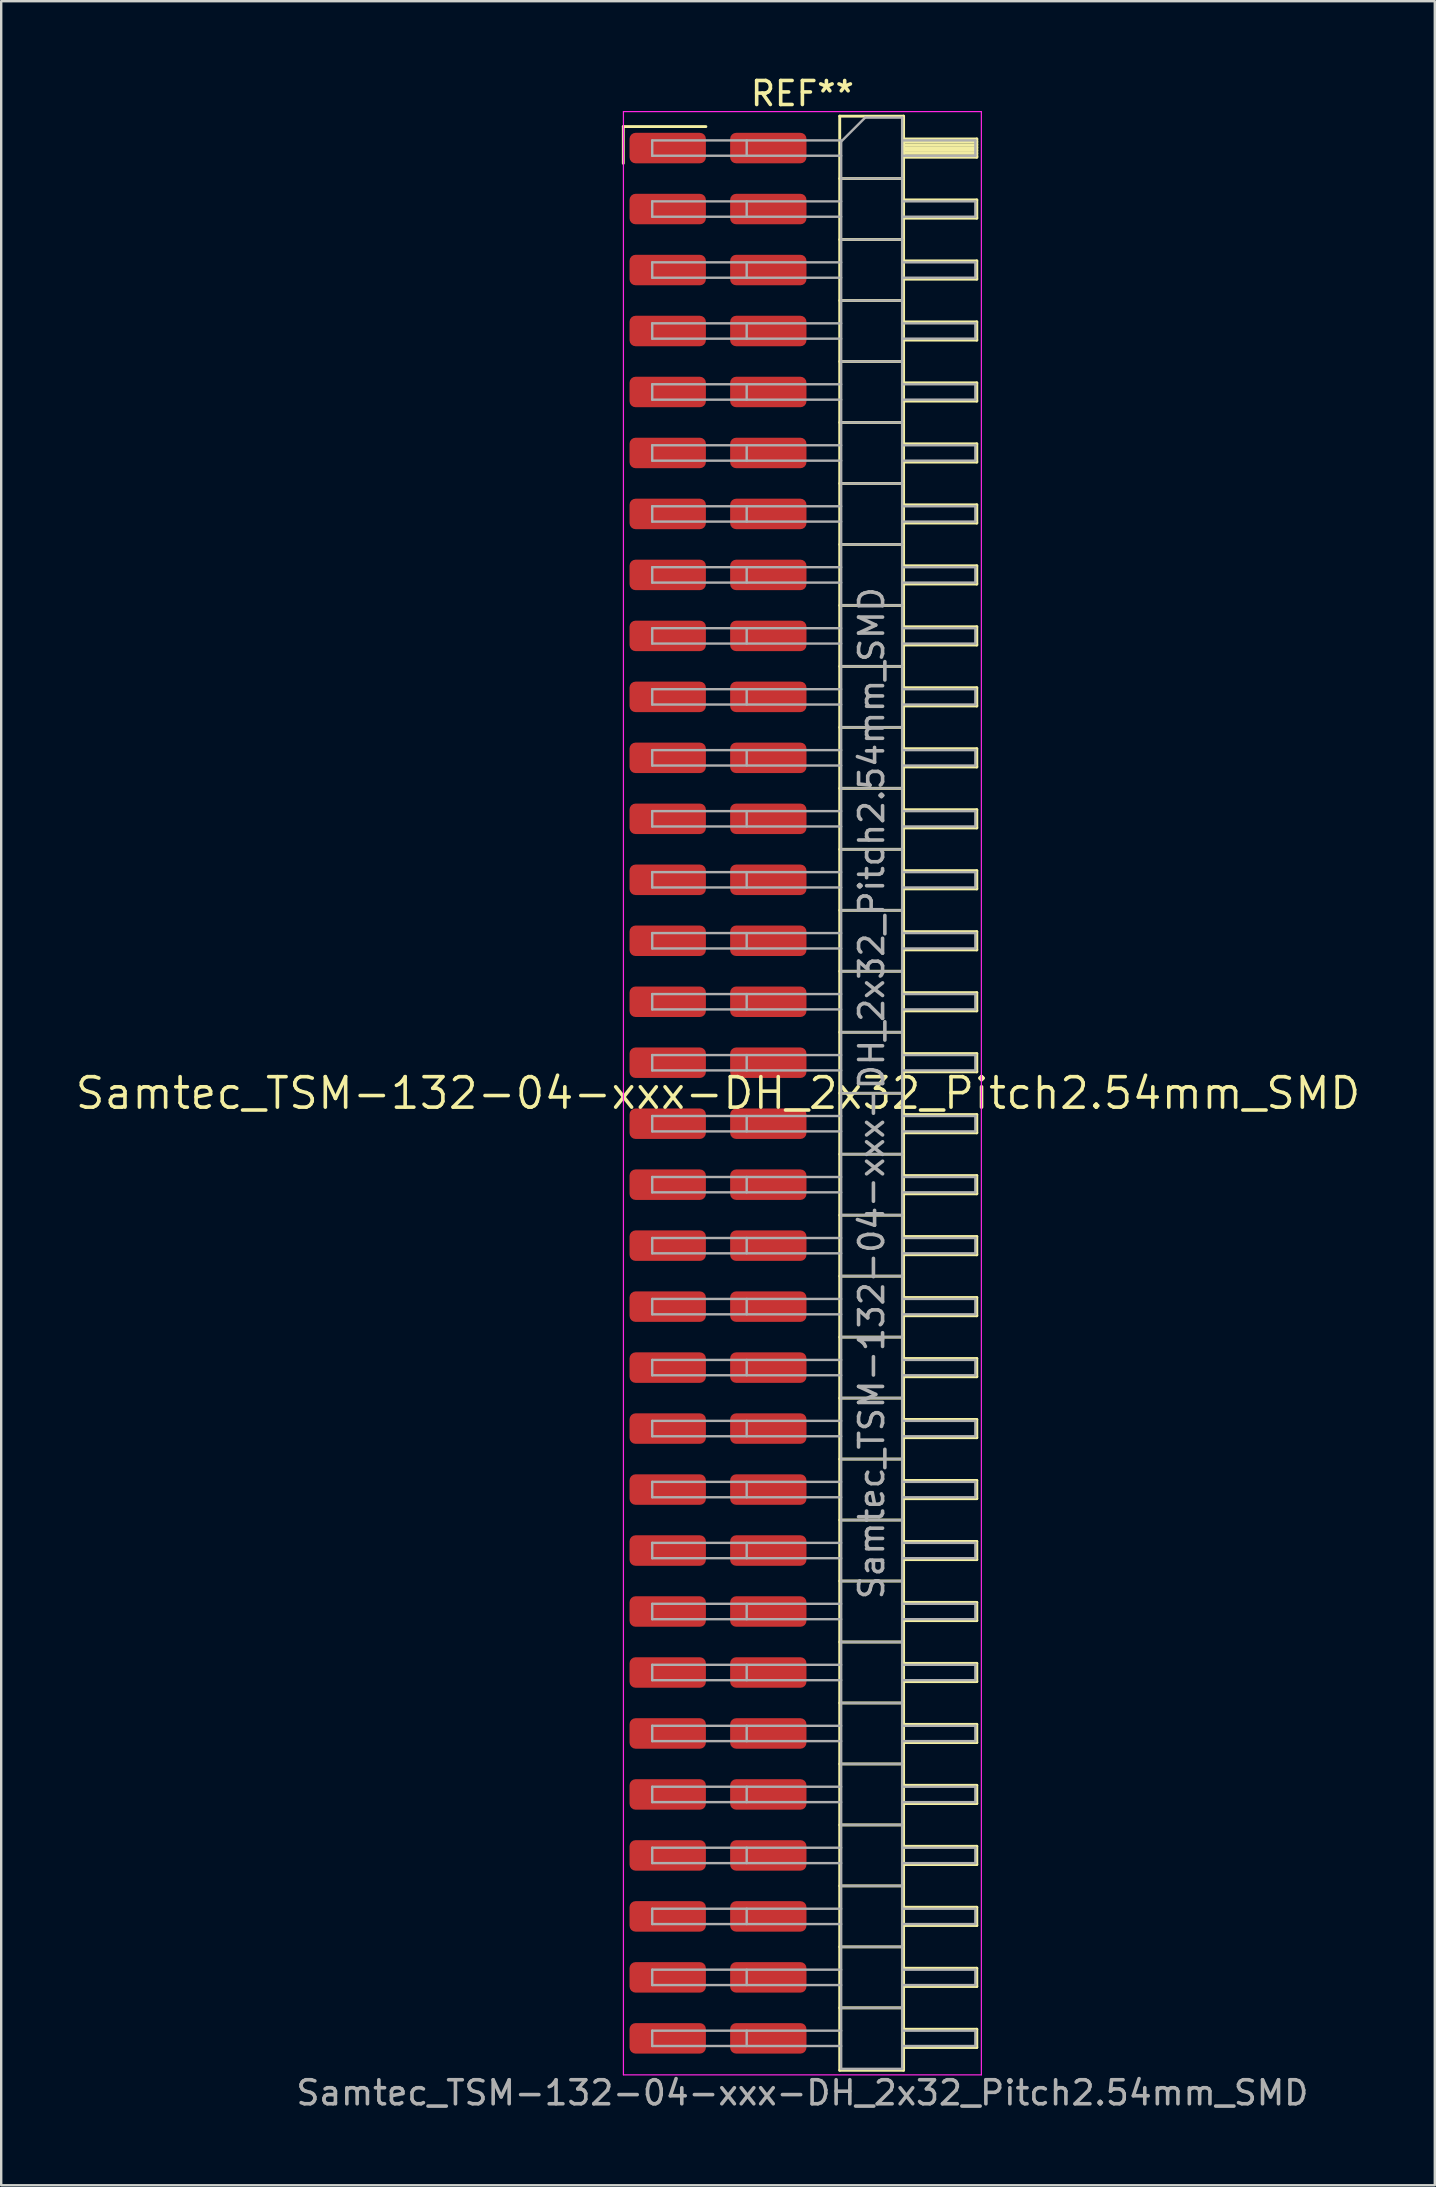
<source format=kicad_pcb>
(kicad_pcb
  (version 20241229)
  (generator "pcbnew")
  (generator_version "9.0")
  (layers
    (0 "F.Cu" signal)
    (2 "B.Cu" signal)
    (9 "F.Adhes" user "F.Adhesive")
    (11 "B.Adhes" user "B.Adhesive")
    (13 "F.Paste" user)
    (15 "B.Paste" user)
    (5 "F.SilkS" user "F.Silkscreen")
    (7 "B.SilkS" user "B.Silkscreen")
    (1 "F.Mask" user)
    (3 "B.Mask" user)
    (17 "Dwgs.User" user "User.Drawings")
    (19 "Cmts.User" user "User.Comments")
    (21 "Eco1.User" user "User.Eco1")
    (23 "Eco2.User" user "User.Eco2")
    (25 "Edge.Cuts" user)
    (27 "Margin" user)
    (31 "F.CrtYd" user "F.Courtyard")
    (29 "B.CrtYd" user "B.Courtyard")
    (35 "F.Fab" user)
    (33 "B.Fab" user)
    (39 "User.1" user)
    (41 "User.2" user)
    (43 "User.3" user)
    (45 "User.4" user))
  (footprint "Samtec_TSM-132-04-xxx-DH_2x32_Pitch2.54mm_SMD"
    (layer "F.Cu")
    (at 26.859 42.488)
    (property "Reference" "Samtec_TSM-132-04-xxx-DH_2x32_Pitch2.54mm_SMD" (at 0 0 0) (layer "F.SilkS") (effects (font (size 1.27 1.27) (thickness 0.15))))
    (attr smd)
    (fp_line (start -3.945 -40.265) (end -0.505 -40.265) (stroke (width 0.12) (type solid)) (layer "F.SilkS"))
    (fp_line (start -3.945 -38.735) (end -3.945 -40.265) (stroke (width 0.12) (type solid)) (layer "F.SilkS"))
    (fp_line (start 5.07 -40.7) (end 7.73 -40.7) (stroke (width 0.12) (type solid)) (layer "F.SilkS"))
    (fp_line (start 5.07 -38.1) (end 7.73 -38.1) (stroke (width 0.12) (type solid)) (layer "F.SilkS"))
    (fp_line (start 5.07 -35.56) (end 7.73 -35.56) (stroke (width 0.12) (type solid)) (layer "F.SilkS"))
    (fp_line (start 5.07 -33.02) (end 7.73 -33.02) (stroke (width 0.12) (type solid)) (layer "F.SilkS"))
    (fp_line (start 5.07 -30.48) (end 7.73 -30.48) (stroke (width 0.12) (type solid)) (layer "F.SilkS"))
    (fp_line (start 5.07 -27.94) (end 7.73 -27.94) (stroke (width 0.12) (type solid)) (layer "F.SilkS"))
    (fp_line (start 5.07 -25.4) (end 7.73 -25.4) (stroke (width 0.12) (type solid)) (layer "F.SilkS"))
    (fp_line (start 5.07 -22.86) (end 7.73 -22.86) (stroke (width 0.12) (type solid)) (layer "F.SilkS"))
    (fp_line (start 5.07 -20.32) (end 7.73 -20.32) (stroke (width 0.12) (type solid)) (layer "F.SilkS"))
    (fp_line (start 5.07 -17.78) (end 7.73 -17.78) (stroke (width 0.12) (type solid)) (layer "F.SilkS"))
    (fp_line (start 5.07 -15.24) (end 7.73 -15.24) (stroke (width 0.12) (type solid)) (layer "F.SilkS"))
    (fp_line (start 5.07 -12.7) (end 7.73 -12.7) (stroke (width 0.12) (type solid)) (layer "F.SilkS"))
    (fp_line (start 5.07 -10.16) (end 7.73 -10.16) (stroke (width 0.12) (type solid)) (layer "F.SilkS"))
    (fp_line (start 5.07 -7.62) (end 7.73 -7.62) (stroke (width 0.12) (type solid)) (layer "F.SilkS"))
    (fp_line (start 5.07 -5.08) (end 7.73 -5.08) (stroke (width 0.12) (type solid)) (layer "F.SilkS"))
    (fp_line (start 5.07 -2.54) (end 7.73 -2.54) (stroke (width 0.12) (type solid)) (layer "F.SilkS"))
    (fp_line (start 5.07 0) (end 7.73 0) (stroke (width 0.12) (type solid)) (layer "F.SilkS"))
    (fp_line (start 5.07 2.54) (end 7.73 2.54) (stroke (width 0.12) (type solid)) (layer "F.SilkS"))
    (fp_line (start 5.07 5.08) (end 7.73 5.08) (stroke (width 0.12) (type solid)) (layer "F.SilkS"))
    (fp_line (start 5.07 7.62) (end 7.73 7.62) (stroke (width 0.12) (type solid)) (layer "F.SilkS"))
    (fp_line (start 5.07 10.16) (end 7.73 10.16) (stroke (width 0.12) (type solid)) (layer "F.SilkS"))
    (fp_line (start 5.07 12.7) (end 7.73 12.7) (stroke (width 0.12) (type solid)) (layer "F.SilkS"))
    (fp_line (start 5.07 15.24) (end 7.73 15.24) (stroke (width 0.12) (type solid)) (layer "F.SilkS"))
    (fp_line (start 5.07 17.78) (end 7.73 17.78) (stroke (width 0.12) (type solid)) (layer "F.SilkS"))
    (fp_line (start 5.07 20.32) (end 7.73 20.32) (stroke (width 0.12) (type solid)) (layer "F.SilkS"))
    (fp_line (start 5.07 22.86) (end 7.73 22.86) (stroke (width 0.12) (type solid)) (layer "F.SilkS"))
    (fp_line (start 5.07 25.4) (end 7.73 25.4) (stroke (width 0.12) (type solid)) (layer "F.SilkS"))
    (fp_line (start 5.07 27.94) (end 7.73 27.94) (stroke (width 0.12) (type solid)) (layer "F.SilkS"))
    (fp_line (start 5.07 30.48) (end 7.73 30.48) (stroke (width 0.12) (type solid)) (layer "F.SilkS"))
    (fp_line (start 5.07 33.02) (end 7.73 33.02) (stroke (width 0.12) (type solid)) (layer "F.SilkS"))
    (fp_line (start 5.07 35.56) (end 7.73 35.56) (stroke (width 0.12) (type solid)) (layer "F.SilkS"))
    (fp_line (start 5.07 38.1) (end 7.73 38.1) (stroke (width 0.12) (type solid)) (layer "F.SilkS"))
    (fp_line (start 5.07 40.7) (end 5.07 -40.7) (stroke (width 0.12) (type solid)) (layer "F.SilkS"))
    (fp_line (start 7.73 -40.7) (end 7.73 40.7) (stroke (width 0.12) (type solid)) (layer "F.SilkS"))
    (fp_line (start 7.73 -39.75) (end 10.78 -39.75) (stroke (width 0.12) (type solid)) (layer "F.SilkS"))
    (fp_line (start 7.73 -39.63) (end 10.78 -39.63) (stroke (width 0.12) (type solid)) (layer "F.SilkS"))
    (fp_line (start 7.73 -39.51) (end 10.78 -39.51) (stroke (width 0.12) (type solid)) (layer "F.SilkS"))
    (fp_line (start 7.73 -39.39) (end 10.78 -39.39) (stroke (width 0.12) (type solid)) (layer "F.SilkS"))
    (fp_line (start 7.73 -39.27) (end 10.78 -39.27) (stroke (width 0.12) (type solid)) (layer "F.SilkS"))
    (fp_line (start 7.73 -39.15) (end 10.78 -39.15) (stroke (width 0.12) (type solid)) (layer "F.SilkS"))
    (fp_line (start 7.73 -39.03) (end 10.78 -39.03) (stroke (width 0.12) (type solid)) (layer "F.SilkS"))
    (fp_line (start 7.73 -38.99) (end 10.78 -38.99) (stroke (width 0.12) (type solid)) (layer "F.SilkS"))
    (fp_line (start 7.73 -37.21) (end 10.78 -37.21) (stroke (width 0.12) (type solid)) (layer "F.SilkS"))
    (fp_line (start 7.73 -36.45) (end 10.78 -36.45) (stroke (width 0.12) (type solid)) (layer "F.SilkS"))
    (fp_line (start 7.73 -34.67) (end 10.78 -34.67) (stroke (width 0.12) (type solid)) (layer "F.SilkS"))
    (fp_line (start 7.73 -33.91) (end 10.78 -33.91) (stroke (width 0.12) (type solid)) (layer "F.SilkS"))
    (fp_line (start 7.73 -32.13) (end 10.78 -32.13) (stroke (width 0.12) (type solid)) (layer "F.SilkS"))
    (fp_line (start 7.73 -31.37) (end 10.78 -31.37) (stroke (width 0.12) (type solid)) (layer "F.SilkS"))
    (fp_line (start 7.73 -29.59) (end 10.78 -29.59) (stroke (width 0.12) (type solid)) (layer "F.SilkS"))
    (fp_line (start 7.73 -28.83) (end 10.78 -28.83) (stroke (width 0.12) (type solid)) (layer "F.SilkS"))
    (fp_line (start 7.73 -27.05) (end 10.78 -27.05) (stroke (width 0.12) (type solid)) (layer "F.SilkS"))
    (fp_line (start 7.73 -26.29) (end 10.78 -26.29) (stroke (width 0.12) (type solid)) (layer "F.SilkS"))
    (fp_line (start 7.73 -24.51) (end 10.78 -24.51) (stroke (width 0.12) (type solid)) (layer "F.SilkS"))
    (fp_line (start 7.73 -23.75) (end 10.78 -23.75) (stroke (width 0.12) (type solid)) (layer "F.SilkS"))
    (fp_line (start 7.73 -21.97) (end 10.78 -21.97) (stroke (width 0.12) (type solid)) (layer "F.SilkS"))
    (fp_line (start 7.73 -21.21) (end 10.78 -21.21) (stroke (width 0.12) (type solid)) (layer "F.SilkS"))
    (fp_line (start 7.73 -19.43) (end 10.78 -19.43) (stroke (width 0.12) (type solid)) (layer "F.SilkS"))
    (fp_line (start 7.73 -18.67) (end 10.78 -18.67) (stroke (width 0.12) (type solid)) (layer "F.SilkS"))
    (fp_line (start 7.73 -16.89) (end 10.78 -16.89) (stroke (width 0.12) (type solid)) (layer "F.SilkS"))
    (fp_line (start 7.73 -16.13) (end 10.78 -16.13) (stroke (width 0.12) (type solid)) (layer "F.SilkS"))
    (fp_line (start 7.73 -14.35) (end 10.78 -14.35) (stroke (width 0.12) (type solid)) (layer "F.SilkS"))
    (fp_line (start 7.73 -13.59) (end 10.78 -13.59) (stroke (width 0.12) (type solid)) (layer "F.SilkS"))
    (fp_line (start 7.73 -11.81) (end 10.78 -11.81) (stroke (width 0.12) (type solid)) (layer "F.SilkS"))
    (fp_line (start 7.73 -11.05) (end 10.78 -11.05) (stroke (width 0.12) (type solid)) (layer "F.SilkS"))
    (fp_line (start 7.73 -9.27) (end 10.78 -9.27) (stroke (width 0.12) (type solid)) (layer "F.SilkS"))
    (fp_line (start 7.73 -8.51) (end 10.78 -8.51) (stroke (width 0.12) (type solid)) (layer "F.SilkS"))
    (fp_line (start 7.73 -6.73) (end 10.78 -6.73) (stroke (width 0.12) (type solid)) (layer "F.SilkS"))
    (fp_line (start 7.73 -5.97) (end 10.78 -5.97) (stroke (width 0.12) (type solid)) (layer "F.SilkS"))
    (fp_line (start 7.73 -4.19) (end 10.78 -4.19) (stroke (width 0.12) (type solid)) (layer "F.SilkS"))
    (fp_line (start 7.73 -3.43) (end 10.78 -3.43) (stroke (width 0.12) (type solid)) (layer "F.SilkS"))
    (fp_line (start 7.73 -1.65) (end 10.78 -1.65) (stroke (width 0.12) (type solid)) (layer "F.SilkS"))
    (fp_line (start 7.73 -0.89) (end 10.78 -0.89) (stroke (width 0.12) (type solid)) (layer "F.SilkS"))
    (fp_line (start 7.73 0.89) (end 10.78 0.89) (stroke (width 0.12) (type solid)) (layer "F.SilkS"))
    (fp_line (start 7.73 1.65) (end 10.78 1.65) (stroke (width 0.12) (type solid)) (layer "F.SilkS"))
    (fp_line (start 7.73 3.43) (end 10.78 3.43) (stroke (width 0.12) (type solid)) (layer "F.SilkS"))
    (fp_line (start 7.73 4.19) (end 10.78 4.19) (stroke (width 0.12) (type solid)) (layer "F.SilkS"))
    (fp_line (start 7.73 5.97) (end 10.78 5.97) (stroke (width 0.12) (type solid)) (layer "F.SilkS"))
    (fp_line (start 7.73 6.73) (end 10.78 6.73) (stroke (width 0.12) (type solid)) (layer "F.SilkS"))
    (fp_line (start 7.73 8.51) (end 10.78 8.51) (stroke (width 0.12) (type solid)) (layer "F.SilkS"))
    (fp_line (start 7.73 9.27) (end 10.78 9.27) (stroke (width 0.12) (type solid)) (layer "F.SilkS"))
    (fp_line (start 7.73 11.05) (end 10.78 11.05) (stroke (width 0.12) (type solid)) (layer "F.SilkS"))
    (fp_line (start 7.73 11.81) (end 10.78 11.81) (stroke (width 0.12) (type solid)) (layer "F.SilkS"))
    (fp_line (start 7.73 13.59) (end 10.78 13.59) (stroke (width 0.12) (type solid)) (layer "F.SilkS"))
    (fp_line (start 7.73 14.35) (end 10.78 14.35) (stroke (width 0.12) (type solid)) (layer "F.SilkS"))
    (fp_line (start 7.73 16.13) (end 10.78 16.13) (stroke (width 0.12) (type solid)) (layer "F.SilkS"))
    (fp_line (start 7.73 16.89) (end 10.78 16.89) (stroke (width 0.12) (type solid)) (layer "F.SilkS"))
    (fp_line (start 7.73 18.67) (end 10.78 18.67) (stroke (width 0.12) (type solid)) (layer "F.SilkS"))
    (fp_line (start 7.73 19.43) (end 10.78 19.43) (stroke (width 0.12) (type solid)) (layer "F.SilkS"))
    (fp_line (start 7.73 21.21) (end 10.78 21.21) (stroke (width 0.12) (type solid)) (layer "F.SilkS"))
    (fp_line (start 7.73 21.97) (end 10.78 21.97) (stroke (width 0.12) (type solid)) (layer "F.SilkS"))
    (fp_line (start 7.73 23.75) (end 10.78 23.75) (stroke (width 0.12) (type solid)) (layer "F.SilkS"))
    (fp_line (start 7.73 24.51) (end 10.78 24.51) (stroke (width 0.12) (type solid)) (layer "F.SilkS"))
    (fp_line (start 7.73 26.29) (end 10.78 26.29) (stroke (width 0.12) (type solid)) (layer "F.SilkS"))
    (fp_line (start 7.73 27.05) (end 10.78 27.05) (stroke (width 0.12) (type solid)) (layer "F.SilkS"))
    (fp_line (start 7.73 28.83) (end 10.78 28.83) (stroke (width 0.12) (type solid)) (layer "F.SilkS"))
    (fp_line (start 7.73 29.59) (end 10.78 29.59) (stroke (width 0.12) (type solid)) (layer "F.SilkS"))
    (fp_line (start 7.73 31.37) (end 10.78 31.37) (stroke (width 0.12) (type solid)) (layer "F.SilkS"))
    (fp_line (start 7.73 32.13) (end 10.78 32.13) (stroke (width 0.12) (type solid)) (layer "F.SilkS"))
    (fp_line (start 7.73 33.91) (end 10.78 33.91) (stroke (width 0.12) (type solid)) (layer "F.SilkS"))
    (fp_line (start 7.73 34.67) (end 10.78 34.67) (stroke (width 0.12) (type solid)) (layer "F.SilkS"))
    (fp_line (start 7.73 36.45) (end 10.78 36.45) (stroke (width 0.12) (type solid)) (layer "F.SilkS"))
    (fp_line (start 7.73 37.21) (end 10.78 37.21) (stroke (width 0.12) (type solid)) (layer "F.SilkS"))
    (fp_line (start 7.73 38.99) (end 10.78 38.99) (stroke (width 0.12) (type solid)) (layer "F.SilkS"))
    (fp_line (start 7.73 39.75) (end 10.78 39.75) (stroke (width 0.12) (type solid)) (layer "F.SilkS"))
    (fp_line (start 7.73 40.7) (end 5.07 40.7) (stroke (width 0.12) (type solid)) (layer "F.SilkS"))
    (fp_line (start 10.78 -39.75) (end 10.78 -38.99) (stroke (width 0.12) (type solid)) (layer "F.SilkS"))
    (fp_line (start 10.78 -37.21) (end 10.78 -36.45) (stroke (width 0.12) (type solid)) (layer "F.SilkS"))
    (fp_line (start 10.78 -34.67) (end 10.78 -33.91) (stroke (width 0.12) (type solid)) (layer "F.SilkS"))
    (fp_line (start 10.78 -32.13) (end 10.78 -31.37) (stroke (width 0.12) (type solid)) (layer "F.SilkS"))
    (fp_line (start 10.78 -29.59) (end 10.78 -28.83) (stroke (width 0.12) (type solid)) (layer "F.SilkS"))
    (fp_line (start 10.78 -27.05) (end 10.78 -26.29) (stroke (width 0.12) (type solid)) (layer "F.SilkS"))
    (fp_line (start 10.78 -24.51) (end 10.78 -23.75) (stroke (width 0.12) (type solid)) (layer "F.SilkS"))
    (fp_line (start 10.78 -21.97) (end 10.78 -21.21) (stroke (width 0.12) (type solid)) (layer "F.SilkS"))
    (fp_line (start 10.78 -19.43) (end 10.78 -18.67) (stroke (width 0.12) (type solid)) (layer "F.SilkS"))
    (fp_line (start 10.78 -16.89) (end 10.78 -16.13) (stroke (width 0.12) (type solid)) (layer "F.SilkS"))
    (fp_line (start 10.78 -14.35) (end 10.78 -13.59) (stroke (width 0.12) (type solid)) (layer "F.SilkS"))
    (fp_line (start 10.78 -11.81) (end 10.78 -11.05) (stroke (width 0.12) (type solid)) (layer "F.SilkS"))
    (fp_line (start 10.78 -9.27) (end 10.78 -8.51) (stroke (width 0.12) (type solid)) (layer "F.SilkS"))
    (fp_line (start 10.78 -6.73) (end 10.78 -5.97) (stroke (width 0.12) (type solid)) (layer "F.SilkS"))
    (fp_line (start 10.78 -4.19) (end 10.78 -3.43) (stroke (width 0.12) (type solid)) (layer "F.SilkS"))
    (fp_line (start 10.78 -1.65) (end 10.78 -0.89) (stroke (width 0.12) (type solid)) (layer "F.SilkS"))
    (fp_line (start 10.78 0.89) (end 10.78 1.65) (stroke (width 0.12) (type solid)) (layer "F.SilkS"))
    (fp_line (start 10.78 3.43) (end 10.78 4.19) (stroke (width 0.12) (type solid)) (layer "F.SilkS"))
    (fp_line (start 10.78 5.97) (end 10.78 6.73) (stroke (width 0.12) (type solid)) (layer "F.SilkS"))
    (fp_line (start 10.78 8.51) (end 10.78 9.27) (stroke (width 0.12) (type solid)) (layer "F.SilkS"))
    (fp_line (start 10.78 11.05) (end 10.78 11.81) (stroke (width 0.12) (type solid)) (layer "F.SilkS"))
    (fp_line (start 10.78 13.59) (end 10.78 14.35) (stroke (width 0.12) (type solid)) (layer "F.SilkS"))
    (fp_line (start 10.78 16.13) (end 10.78 16.89) (stroke (width 0.12) (type solid)) (layer "F.SilkS"))
    (fp_line (start 10.78 18.67) (end 10.78 19.43) (stroke (width 0.12) (type solid)) (layer "F.SilkS"))
    (fp_line (start 10.78 21.21) (end 10.78 21.97) (stroke (width 0.12) (type solid)) (layer "F.SilkS"))
    (fp_line (start 10.78 23.75) (end 10.78 24.51) (stroke (width 0.12) (type solid)) (layer "F.SilkS"))
    (fp_line (start 10.78 26.29) (end 10.78 27.05) (stroke (width 0.12) (type solid)) (layer "F.SilkS"))
    (fp_line (start 10.78 28.83) (end 10.78 29.59) (stroke (width 0.12) (type solid)) (layer "F.SilkS"))
    (fp_line (start 10.78 31.37) (end 10.78 32.13) (stroke (width 0.12) (type solid)) (layer "F.SilkS"))
    (fp_line (start 10.78 33.91) (end 10.78 34.67) (stroke (width 0.12) (type solid)) (layer "F.SilkS"))
    (fp_line (start 10.78 36.45) (end 10.78 37.21) (stroke (width 0.12) (type solid)) (layer "F.SilkS"))
    (fp_line (start 10.78 38.99) (end 10.78 39.75) (stroke (width 0.12) (type solid)) (layer "F.SilkS"))
    (fp_line (start -3.94 -40.89) (end 10.97 -40.89) (stroke (width 0.05) (type solid)) (layer "F.CrtYd"))
    (fp_line (start -3.94 40.89) (end -3.94 -40.89) (stroke (width 0.05) (type solid)) (layer "F.CrtYd"))
    (fp_line (start 10.97 -40.89) (end 10.97 40.89) (stroke (width 0.05) (type solid)) (layer "F.CrtYd"))
    (fp_line (start 10.97 40.89) (end -3.94 40.89) (stroke (width 0.05) (type solid)) (layer "F.CrtYd"))
    (fp_line (start -2.74 -39.69) (end -2.74 -39.05) (stroke (width 0.1) (type solid)) (layer "F.Fab"))
    (fp_line (start -2.74 -39.69) (end 5.13 -39.69) (stroke (width 0.1) (type solid)) (layer "F.Fab"))
    (fp_line (start -2.74 -39.05) (end 5.13 -39.05) (stroke (width 0.1) (type solid)) (layer "F.Fab"))
    (fp_line (start -2.74 -37.15) (end -2.74 -36.51) (stroke (width 0.1) (type solid)) (layer "F.Fab"))
    (fp_line (start -2.74 -37.15) (end 5.13 -37.15) (stroke (width 0.1) (type solid)) (layer "F.Fab"))
    (fp_line (start -2.74 -36.51) (end 5.13 -36.51) (stroke (width 0.1) (type solid)) (layer "F.Fab"))
    (fp_line (start -2.74 -34.61) (end -2.74 -33.97) (stroke (width 0.1) (type solid)) (layer "F.Fab"))
    (fp_line (start -2.74 -34.61) (end 5.13 -34.61) (stroke (width 0.1) (type solid)) (layer "F.Fab"))
    (fp_line (start -2.74 -33.97) (end 5.13 -33.97) (stroke (width 0.1) (type solid)) (layer "F.Fab"))
    (fp_line (start -2.74 -32.07) (end -2.74 -31.43) (stroke (width 0.1) (type solid)) (layer "F.Fab"))
    (fp_line (start -2.74 -32.07) (end 5.13 -32.07) (stroke (width 0.1) (type solid)) (layer "F.Fab"))
    (fp_line (start -2.74 -31.43) (end 5.13 -31.43) (stroke (width 0.1) (type solid)) (layer "F.Fab"))
    (fp_line (start -2.74 -29.53) (end -2.74 -28.89) (stroke (width 0.1) (type solid)) (layer "F.Fab"))
    (fp_line (start -2.74 -29.53) (end 5.13 -29.53) (stroke (width 0.1) (type solid)) (layer "F.Fab"))
    (fp_line (start -2.74 -28.89) (end 5.13 -28.89) (stroke (width 0.1) (type solid)) (layer "F.Fab"))
    (fp_line (start -2.74 -26.99) (end -2.74 -26.35) (stroke (width 0.1) (type solid)) (layer "F.Fab"))
    (fp_line (start -2.74 -26.99) (end 5.13 -26.99) (stroke (width 0.1) (type solid)) (layer "F.Fab"))
    (fp_line (start -2.74 -26.35) (end 5.13 -26.35) (stroke (width 0.1) (type solid)) (layer "F.Fab"))
    (fp_line (start -2.74 -24.45) (end -2.74 -23.81) (stroke (width 0.1) (type solid)) (layer "F.Fab"))
    (fp_line (start -2.74 -24.45) (end 5.13 -24.45) (stroke (width 0.1) (type solid)) (layer "F.Fab"))
    (fp_line (start -2.74 -23.81) (end 5.13 -23.81) (stroke (width 0.1) (type solid)) (layer "F.Fab"))
    (fp_line (start -2.74 -21.91) (end -2.74 -21.27) (stroke (width 0.1) (type solid)) (layer "F.Fab"))
    (fp_line (start -2.74 -21.91) (end 5.13 -21.91) (stroke (width 0.1) (type solid)) (layer "F.Fab"))
    (fp_line (start -2.74 -21.27) (end 5.13 -21.27) (stroke (width 0.1) (type solid)) (layer "F.Fab"))
    (fp_line (start -2.74 -19.37) (end -2.74 -18.73) (stroke (width 0.1) (type solid)) (layer "F.Fab"))
    (fp_line (start -2.74 -19.37) (end 5.13 -19.37) (stroke (width 0.1) (type solid)) (layer "F.Fab"))
    (fp_line (start -2.74 -18.73) (end 5.13 -18.73) (stroke (width 0.1) (type solid)) (layer "F.Fab"))
    (fp_line (start -2.74 -16.83) (end -2.74 -16.19) (stroke (width 0.1) (type solid)) (layer "F.Fab"))
    (fp_line (start -2.74 -16.83) (end 5.13 -16.83) (stroke (width 0.1) (type solid)) (layer "F.Fab"))
    (fp_line (start -2.74 -16.19) (end 5.13 -16.19) (stroke (width 0.1) (type solid)) (layer "F.Fab"))
    (fp_line (start -2.74 -14.29) (end -2.74 -13.65) (stroke (width 0.1) (type solid)) (layer "F.Fab"))
    (fp_line (start -2.74 -14.29) (end 5.13 -14.29) (stroke (width 0.1) (type solid)) (layer "F.Fab"))
    (fp_line (start -2.74 -13.65) (end 5.13 -13.65) (stroke (width 0.1) (type solid)) (layer "F.Fab"))
    (fp_line (start -2.74 -11.75) (end -2.74 -11.11) (stroke (width 0.1) (type solid)) (layer "F.Fab"))
    (fp_line (start -2.74 -11.75) (end 5.13 -11.75) (stroke (width 0.1) (type solid)) (layer "F.Fab"))
    (fp_line (start -2.74 -11.11) (end 5.13 -11.11) (stroke (width 0.1) (type solid)) (layer "F.Fab"))
    (fp_line (start -2.74 -9.21) (end -2.74 -8.57) (stroke (width 0.1) (type solid)) (layer "F.Fab"))
    (fp_line (start -2.74 -9.21) (end 5.13 -9.21) (stroke (width 0.1) (type solid)) (layer "F.Fab"))
    (fp_line (start -2.74 -8.57) (end 5.13 -8.57) (stroke (width 0.1) (type solid)) (layer "F.Fab"))
    (fp_line (start -2.74 -6.67) (end -2.74 -6.03) (stroke (width 0.1) (type solid)) (layer "F.Fab"))
    (fp_line (start -2.74 -6.67) (end 5.13 -6.67) (stroke (width 0.1) (type solid)) (layer "F.Fab"))
    (fp_line (start -2.74 -6.03) (end 5.13 -6.03) (stroke (width 0.1) (type solid)) (layer "F.Fab"))
    (fp_line (start -2.74 -4.13) (end -2.74 -3.49) (stroke (width 0.1) (type solid)) (layer "F.Fab"))
    (fp_line (start -2.74 -4.13) (end 5.13 -4.13) (stroke (width 0.1) (type solid)) (layer "F.Fab"))
    (fp_line (start -2.74 -3.49) (end 5.13 -3.49) (stroke (width 0.1) (type solid)) (layer "F.Fab"))
    (fp_line (start -2.74 -1.59) (end -2.74 -0.95) (stroke (width 0.1) (type solid)) (layer "F.Fab"))
    (fp_line (start -2.74 -1.59) (end 5.13 -1.59) (stroke (width 0.1) (type solid)) (layer "F.Fab"))
    (fp_line (start -2.74 -0.95) (end 5.13 -0.95) (stroke (width 0.1) (type solid)) (layer "F.Fab"))
    (fp_line (start -2.74 0.95) (end -2.74 1.59) (stroke (width 0.1) (type solid)) (layer "F.Fab"))
    (fp_line (start -2.74 0.95) (end 5.13 0.95) (stroke (width 0.1) (type solid)) (layer "F.Fab"))
    (fp_line (start -2.74 1.59) (end 5.13 1.59) (stroke (width 0.1) (type solid)) (layer "F.Fab"))
    (fp_line (start -2.74 3.49) (end -2.74 4.13) (stroke (width 0.1) (type solid)) (layer "F.Fab"))
    (fp_line (start -2.74 3.49) (end 5.13 3.49) (stroke (width 0.1) (type solid)) (layer "F.Fab"))
    (fp_line (start -2.74 4.13) (end 5.13 4.13) (stroke (width 0.1) (type solid)) (layer "F.Fab"))
    (fp_line (start -2.74 6.03) (end -2.74 6.67) (stroke (width 0.1) (type solid)) (layer "F.Fab"))
    (fp_line (start -2.74 6.03) (end 5.13 6.03) (stroke (width 0.1) (type solid)) (layer "F.Fab"))
    (fp_line (start -2.74 6.67) (end 5.13 6.67) (stroke (width 0.1) (type solid)) (layer "F.Fab"))
    (fp_line (start -2.74 8.57) (end -2.74 9.21) (stroke (width 0.1) (type solid)) (layer "F.Fab"))
    (fp_line (start -2.74 8.57) (end 5.13 8.57) (stroke (width 0.1) (type solid)) (layer "F.Fab"))
    (fp_line (start -2.74 9.21) (end 5.13 9.21) (stroke (width 0.1) (type solid)) (layer "F.Fab"))
    (fp_line (start -2.74 11.11) (end -2.74 11.75) (stroke (width 0.1) (type solid)) (layer "F.Fab"))
    (fp_line (start -2.74 11.11) (end 5.13 11.11) (stroke (width 0.1) (type solid)) (layer "F.Fab"))
    (fp_line (start -2.74 11.75) (end 5.13 11.75) (stroke (width 0.1) (type solid)) (layer "F.Fab"))
    (fp_line (start -2.74 13.65) (end -2.74 14.29) (stroke (width 0.1) (type solid)) (layer "F.Fab"))
    (fp_line (start -2.74 13.65) (end 5.13 13.65) (stroke (width 0.1) (type solid)) (layer "F.Fab"))
    (fp_line (start -2.74 14.29) (end 5.13 14.29) (stroke (width 0.1) (type solid)) (layer "F.Fab"))
    (fp_line (start -2.74 16.19) (end -2.74 16.83) (stroke (width 0.1) (type solid)) (layer "F.Fab"))
    (fp_line (start -2.74 16.19) (end 5.13 16.19) (stroke (width 0.1) (type solid)) (layer "F.Fab"))
    (fp_line (start -2.74 16.83) (end 5.13 16.83) (stroke (width 0.1) (type solid)) (layer "F.Fab"))
    (fp_line (start -2.74 18.73) (end -2.74 19.37) (stroke (width 0.1) (type solid)) (layer "F.Fab"))
    (fp_line (start -2.74 18.73) (end 5.13 18.73) (stroke (width 0.1) (type solid)) (layer "F.Fab"))
    (fp_line (start -2.74 19.37) (end 5.13 19.37) (stroke (width 0.1) (type solid)) (layer "F.Fab"))
    (fp_line (start -2.74 21.27) (end -2.74 21.91) (stroke (width 0.1) (type solid)) (layer "F.Fab"))
    (fp_line (start -2.74 21.27) (end 5.13 21.27) (stroke (width 0.1) (type solid)) (layer "F.Fab"))
    (fp_line (start -2.74 21.91) (end 5.13 21.91) (stroke (width 0.1) (type solid)) (layer "F.Fab"))
    (fp_line (start -2.74 23.81) (end -2.74 24.45) (stroke (width 0.1) (type solid)) (layer "F.Fab"))
    (fp_line (start -2.74 23.81) (end 5.13 23.81) (stroke (width 0.1) (type solid)) (layer "F.Fab"))
    (fp_line (start -2.74 24.45) (end 5.13 24.45) (stroke (width 0.1) (type solid)) (layer "F.Fab"))
    (fp_line (start -2.74 26.35) (end -2.74 26.99) (stroke (width 0.1) (type solid)) (layer "F.Fab"))
    (fp_line (start -2.74 26.35) (end 5.13 26.35) (stroke (width 0.1) (type solid)) (layer "F.Fab"))
    (fp_line (start -2.74 26.99) (end 5.13 26.99) (stroke (width 0.1) (type solid)) (layer "F.Fab"))
    (fp_line (start -2.74 28.89) (end -2.74 29.53) (stroke (width 0.1) (type solid)) (layer "F.Fab"))
    (fp_line (start -2.74 28.89) (end 5.13 28.89) (stroke (width 0.1) (type solid)) (layer "F.Fab"))
    (fp_line (start -2.74 29.53) (end 5.13 29.53) (stroke (width 0.1) (type solid)) (layer "F.Fab"))
    (fp_line (start -2.74 31.43) (end -2.74 32.07) (stroke (width 0.1) (type solid)) (layer "F.Fab"))
    (fp_line (start -2.74 31.43) (end 5.13 31.43) (stroke (width 0.1) (type solid)) (layer "F.Fab"))
    (fp_line (start -2.74 32.07) (end 5.13 32.07) (stroke (width 0.1) (type solid)) (layer "F.Fab"))
    (fp_line (start -2.74 33.97) (end -2.74 34.61) (stroke (width 0.1) (type solid)) (layer "F.Fab"))
    (fp_line (start -2.74 33.97) (end 5.13 33.97) (stroke (width 0.1) (type solid)) (layer "F.Fab"))
    (fp_line (start -2.74 34.61) (end 5.13 34.61) (stroke (width 0.1) (type solid)) (layer "F.Fab"))
    (fp_line (start -2.74 36.51) (end -2.74 37.15) (stroke (width 0.1) (type solid)) (layer "F.Fab"))
    (fp_line (start -2.74 36.51) (end 5.13 36.51) (stroke (width 0.1) (type solid)) (layer "F.Fab"))
    (fp_line (start -2.74 37.15) (end 5.13 37.15) (stroke (width 0.1) (type solid)) (layer "F.Fab"))
    (fp_line (start -2.74 39.05) (end -2.74 39.69) (stroke (width 0.1) (type solid)) (layer "F.Fab"))
    (fp_line (start -2.74 39.05) (end 5.13 39.05) (stroke (width 0.1) (type solid)) (layer "F.Fab"))
    (fp_line (start -2.74 39.69) (end 5.13 39.69) (stroke (width 0.1) (type solid)) (layer "F.Fab"))
    (fp_line (start 1.195 -39.69) (end 1.195 -39.05) (stroke (width 0.1) (type solid)) (layer "F.Fab"))
    (fp_line (start 1.195 -37.15) (end 1.195 -36.51) (stroke (width 0.1) (type solid)) (layer "F.Fab"))
    (fp_line (start 1.195 -34.61) (end 1.195 -33.97) (stroke (width 0.1) (type solid)) (layer "F.Fab"))
    (fp_line (start 1.195 -32.07) (end 1.195 -31.43) (stroke (width 0.1) (type solid)) (layer "F.Fab"))
    (fp_line (start 1.195 -29.53) (end 1.195 -28.89) (stroke (width 0.1) (type solid)) (layer "F.Fab"))
    (fp_line (start 1.195 -26.99) (end 1.195 -26.35) (stroke (width 0.1) (type solid)) (layer "F.Fab"))
    (fp_line (start 1.195 -24.45) (end 1.195 -23.81) (stroke (width 0.1) (type solid)) (layer "F.Fab"))
    (fp_line (start 1.195 -21.91) (end 1.195 -21.27) (stroke (width 0.1) (type solid)) (layer "F.Fab"))
    (fp_line (start 1.195 -19.37) (end 1.195 -18.73) (stroke (width 0.1) (type solid)) (layer "F.Fab"))
    (fp_line (start 1.195 -16.83) (end 1.195 -16.19) (stroke (width 0.1) (type solid)) (layer "F.Fab"))
    (fp_line (start 1.195 -14.29) (end 1.195 -13.65) (stroke (width 0.1) (type solid)) (layer "F.Fab"))
    (fp_line (start 1.195 -11.75) (end 1.195 -11.11) (stroke (width 0.1) (type solid)) (layer "F.Fab"))
    (fp_line (start 1.195 -9.21) (end 1.195 -8.57) (stroke (width 0.1) (type solid)) (layer "F.Fab"))
    (fp_line (start 1.195 -6.67) (end 1.195 -6.03) (stroke (width 0.1) (type solid)) (layer "F.Fab"))
    (fp_line (start 1.195 -4.13) (end 1.195 -3.49) (stroke (width 0.1) (type solid)) (layer "F.Fab"))
    (fp_line (start 1.195 -1.59) (end 1.195 -0.95) (stroke (width 0.1) (type solid)) (layer "F.Fab"))
    (fp_line (start 1.195 0.95) (end 1.195 1.59) (stroke (width 0.1) (type solid)) (layer "F.Fab"))
    (fp_line (start 1.195 3.49) (end 1.195 4.13) (stroke (width 0.1) (type solid)) (layer "F.Fab"))
    (fp_line (start 1.195 6.03) (end 1.195 6.67) (stroke (width 0.1) (type solid)) (layer "F.Fab"))
    (fp_line (start 1.195 8.57) (end 1.195 9.21) (stroke (width 0.1) (type solid)) (layer "F.Fab"))
    (fp_line (start 1.195 11.11) (end 1.195 11.75) (stroke (width 0.1) (type solid)) (layer "F.Fab"))
    (fp_line (start 1.195 13.65) (end 1.195 14.29) (stroke (width 0.1) (type solid)) (layer "F.Fab"))
    (fp_line (start 1.195 16.19) (end 1.195 16.83) (stroke (width 0.1) (type solid)) (layer "F.Fab"))
    (fp_line (start 1.195 18.73) (end 1.195 19.37) (stroke (width 0.1) (type solid)) (layer "F.Fab"))
    (fp_line (start 1.195 21.27) (end 1.195 21.91) (stroke (width 0.1) (type solid)) (layer "F.Fab"))
    (fp_line (start 1.195 23.81) (end 1.195 24.45) (stroke (width 0.1) (type solid)) (layer "F.Fab"))
    (fp_line (start 1.195 26.35) (end 1.195 26.99) (stroke (width 0.1) (type solid)) (layer "F.Fab"))
    (fp_line (start 1.195 28.89) (end 1.195 29.53) (stroke (width 0.1) (type solid)) (layer "F.Fab"))
    (fp_line (start 1.195 31.43) (end 1.195 32.07) (stroke (width 0.1) (type solid)) (layer "F.Fab"))
    (fp_line (start 1.195 33.97) (end 1.195 34.61) (stroke (width 0.1) (type solid)) (layer "F.Fab"))
    (fp_line (start 1.195 36.51) (end 1.195 37.15) (stroke (width 0.1) (type solid)) (layer "F.Fab"))
    (fp_line (start 1.195 39.05) (end 1.195 39.69) (stroke (width 0.1) (type solid)) (layer "F.Fab"))
    (fp_line (start 5.13 -39.64) (end 6.13 -40.64) (stroke (width 0.1) (type solid)) (layer "F.Fab"))
    (fp_line (start 5.13 -38.1) (end 7.67 -38.1) (stroke (width 0.1) (type solid)) (layer "F.Fab"))
    (fp_line (start 5.13 -35.56) (end 7.67 -35.56) (stroke (width 0.1) (type solid)) (layer "F.Fab"))
    (fp_line (start 5.13 -33.02) (end 7.67 -33.02) (stroke (width 0.1) (type solid)) (layer "F.Fab"))
    (fp_line (start 5.13 -30.48) (end 7.67 -30.48) (stroke (width 0.1) (type solid)) (layer "F.Fab"))
    (fp_line (start 5.13 -27.94) (end 7.67 -27.94) (stroke (width 0.1) (type solid)) (layer "F.Fab"))
    (fp_line (start 5.13 -25.4) (end 7.67 -25.4) (stroke (width 0.1) (type solid)) (layer "F.Fab"))
    (fp_line (start 5.13 -22.86) (end 7.67 -22.86) (stroke (width 0.1) (type solid)) (layer "F.Fab"))
    (fp_line (start 5.13 -20.32) (end 7.67 -20.32) (stroke (width 0.1) (type solid)) (layer "F.Fab"))
    (fp_line (start 5.13 -17.78) (end 7.67 -17.78) (stroke (width 0.1) (type solid)) (layer "F.Fab"))
    (fp_line (start 5.13 -15.24) (end 7.67 -15.24) (stroke (width 0.1) (type solid)) (layer "F.Fab"))
    (fp_line (start 5.13 -12.7) (end 7.67 -12.7) (stroke (width 0.1) (type solid)) (layer "F.Fab"))
    (fp_line (start 5.13 -10.16) (end 7.67 -10.16) (stroke (width 0.1) (type solid)) (layer "F.Fab"))
    (fp_line (start 5.13 -7.62) (end 7.67 -7.62) (stroke (width 0.1) (type solid)) (layer "F.Fab"))
    (fp_line (start 5.13 -5.08) (end 7.67 -5.08) (stroke (width 0.1) (type solid)) (layer "F.Fab"))
    (fp_line (start 5.13 -2.54) (end 7.67 -2.54) (stroke (width 0.1) (type solid)) (layer "F.Fab"))
    (fp_line (start 5.13 0) (end 7.67 0) (stroke (width 0.1) (type solid)) (layer "F.Fab"))
    (fp_line (start 5.13 2.54) (end 7.67 2.54) (stroke (width 0.1) (type solid)) (layer "F.Fab"))
    (fp_line (start 5.13 5.08) (end 7.67 5.08) (stroke (width 0.1) (type solid)) (layer "F.Fab"))
    (fp_line (start 5.13 7.62) (end 7.67 7.62) (stroke (width 0.1) (type solid)) (layer "F.Fab"))
    (fp_line (start 5.13 10.16) (end 7.67 10.16) (stroke (width 0.1) (type solid)) (layer "F.Fab"))
    (fp_line (start 5.13 12.7) (end 7.67 12.7) (stroke (width 0.1) (type solid)) (layer "F.Fab"))
    (fp_line (start 5.13 15.24) (end 7.67 15.24) (stroke (width 0.1) (type solid)) (layer "F.Fab"))
    (fp_line (start 5.13 17.78) (end 7.67 17.78) (stroke (width 0.1) (type solid)) (layer "F.Fab"))
    (fp_line (start 5.13 20.32) (end 7.67 20.32) (stroke (width 0.1) (type solid)) (layer "F.Fab"))
    (fp_line (start 5.13 22.86) (end 7.67 22.86) (stroke (width 0.1) (type solid)) (layer "F.Fab"))
    (fp_line (start 5.13 25.4) (end 7.67 25.4) (stroke (width 0.1) (type solid)) (layer "F.Fab"))
    (fp_line (start 5.13 27.94) (end 7.67 27.94) (stroke (width 0.1) (type solid)) (layer "F.Fab"))
    (fp_line (start 5.13 30.48) (end 7.67 30.48) (stroke (width 0.1) (type solid)) (layer "F.Fab"))
    (fp_line (start 5.13 33.02) (end 7.67 33.02) (stroke (width 0.1) (type solid)) (layer "F.Fab"))
    (fp_line (start 5.13 35.56) (end 7.67 35.56) (stroke (width 0.1) (type solid)) (layer "F.Fab"))
    (fp_line (start 5.13 38.1) (end 7.67 38.1) (stroke (width 0.1) (type solid)) (layer "F.Fab"))
    (fp_line (start 5.13 40.64) (end 5.13 -39.64) (stroke (width 0.1) (type solid)) (layer "F.Fab"))
    (fp_line (start 6.13 -40.64) (end 7.67 -40.64) (stroke (width 0.1) (type solid)) (layer "F.Fab"))
    (fp_line (start 7.67 -40.64) (end 7.67 40.64) (stroke (width 0.1) (type solid)) (layer "F.Fab"))
    (fp_line (start 7.67 -39.69) (end 10.72 -39.69) (stroke (width 0.1) (type solid)) (layer "F.Fab"))
    (fp_line (start 7.67 -39.05) (end 10.72 -39.05) (stroke (width 0.1) (type solid)) (layer "F.Fab"))
    (fp_line (start 7.67 -37.15) (end 10.72 -37.15) (stroke (width 0.1) (type solid)) (layer "F.Fab"))
    (fp_line (start 7.67 -36.51) (end 10.72 -36.51) (stroke (width 0.1) (type solid)) (layer "F.Fab"))
    (fp_line (start 7.67 -34.61) (end 10.72 -34.61) (stroke (width 0.1) (type solid)) (layer "F.Fab"))
    (fp_line (start 7.67 -33.97) (end 10.72 -33.97) (stroke (width 0.1) (type solid)) (layer "F.Fab"))
    (fp_line (start 7.67 -32.07) (end 10.72 -32.07) (stroke (width 0.1) (type solid)) (layer "F.Fab"))
    (fp_line (start 7.67 -31.43) (end 10.72 -31.43) (stroke (width 0.1) (type solid)) (layer "F.Fab"))
    (fp_line (start 7.67 -29.53) (end 10.72 -29.53) (stroke (width 0.1) (type solid)) (layer "F.Fab"))
    (fp_line (start 7.67 -28.89) (end 10.72 -28.89) (stroke (width 0.1) (type solid)) (layer "F.Fab"))
    (fp_line (start 7.67 -26.99) (end 10.72 -26.99) (stroke (width 0.1) (type solid)) (layer "F.Fab"))
    (fp_line (start 7.67 -26.35) (end 10.72 -26.35) (stroke (width 0.1) (type solid)) (layer "F.Fab"))
    (fp_line (start 7.67 -24.45) (end 10.72 -24.45) (stroke (width 0.1) (type solid)) (layer "F.Fab"))
    (fp_line (start 7.67 -23.81) (end 10.72 -23.81) (stroke (width 0.1) (type solid)) (layer "F.Fab"))
    (fp_line (start 7.67 -21.91) (end 10.72 -21.91) (stroke (width 0.1) (type solid)) (layer "F.Fab"))
    (fp_line (start 7.67 -21.27) (end 10.72 -21.27) (stroke (width 0.1) (type solid)) (layer "F.Fab"))
    (fp_line (start 7.67 -19.37) (end 10.72 -19.37) (stroke (width 0.1) (type solid)) (layer "F.Fab"))
    (fp_line (start 7.67 -18.73) (end 10.72 -18.73) (stroke (width 0.1) (type solid)) (layer "F.Fab"))
    (fp_line (start 7.67 -16.83) (end 10.72 -16.83) (stroke (width 0.1) (type solid)) (layer "F.Fab"))
    (fp_line (start 7.67 -16.19) (end 10.72 -16.19) (stroke (width 0.1) (type solid)) (layer "F.Fab"))
    (fp_line (start 7.67 -14.29) (end 10.72 -14.29) (stroke (width 0.1) (type solid)) (layer "F.Fab"))
    (fp_line (start 7.67 -13.65) (end 10.72 -13.65) (stroke (width 0.1) (type solid)) (layer "F.Fab"))
    (fp_line (start 7.67 -11.75) (end 10.72 -11.75) (stroke (width 0.1) (type solid)) (layer "F.Fab"))
    (fp_line (start 7.67 -11.11) (end 10.72 -11.11) (stroke (width 0.1) (type solid)) (layer "F.Fab"))
    (fp_line (start 7.67 -9.21) (end 10.72 -9.21) (stroke (width 0.1) (type solid)) (layer "F.Fab"))
    (fp_line (start 7.67 -8.57) (end 10.72 -8.57) (stroke (width 0.1) (type solid)) (layer "F.Fab"))
    (fp_line (start 7.67 -6.67) (end 10.72 -6.67) (stroke (width 0.1) (type solid)) (layer "F.Fab"))
    (fp_line (start 7.67 -6.03) (end 10.72 -6.03) (stroke (width 0.1) (type solid)) (layer "F.Fab"))
    (fp_line (start 7.67 -4.13) (end 10.72 -4.13) (stroke (width 0.1) (type solid)) (layer "F.Fab"))
    (fp_line (start 7.67 -3.49) (end 10.72 -3.49) (stroke (width 0.1) (type solid)) (layer "F.Fab"))
    (fp_line (start 7.67 -1.59) (end 10.72 -1.59) (stroke (width 0.1) (type solid)) (layer "F.Fab"))
    (fp_line (start 7.67 -0.95) (end 10.72 -0.95) (stroke (width 0.1) (type solid)) (layer "F.Fab"))
    (fp_line (start 7.67 0.95) (end 10.72 0.95) (stroke (width 0.1) (type solid)) (layer "F.Fab"))
    (fp_line (start 7.67 1.59) (end 10.72 1.59) (stroke (width 0.1) (type solid)) (layer "F.Fab"))
    (fp_line (start 7.67 3.49) (end 10.72 3.49) (stroke (width 0.1) (type solid)) (layer "F.Fab"))
    (fp_line (start 7.67 4.13) (end 10.72 4.13) (stroke (width 0.1) (type solid)) (layer "F.Fab"))
    (fp_line (start 7.67 6.03) (end 10.72 6.03) (stroke (width 0.1) (type solid)) (layer "F.Fab"))
    (fp_line (start 7.67 6.67) (end 10.72 6.67) (stroke (width 0.1) (type solid)) (layer "F.Fab"))
    (fp_line (start 7.67 8.57) (end 10.72 8.57) (stroke (width 0.1) (type solid)) (layer "F.Fab"))
    (fp_line (start 7.67 9.21) (end 10.72 9.21) (stroke (width 0.1) (type solid)) (layer "F.Fab"))
    (fp_line (start 7.67 11.11) (end 10.72 11.11) (stroke (width 0.1) (type solid)) (layer "F.Fab"))
    (fp_line (start 7.67 11.75) (end 10.72 11.75) (stroke (width 0.1) (type solid)) (layer "F.Fab"))
    (fp_line (start 7.67 13.65) (end 10.72 13.65) (stroke (width 0.1) (type solid)) (layer "F.Fab"))
    (fp_line (start 7.67 14.29) (end 10.72 14.29) (stroke (width 0.1) (type solid)) (layer "F.Fab"))
    (fp_line (start 7.67 16.19) (end 10.72 16.19) (stroke (width 0.1) (type solid)) (layer "F.Fab"))
    (fp_line (start 7.67 16.83) (end 10.72 16.83) (stroke (width 0.1) (type solid)) (layer "F.Fab"))
    (fp_line (start 7.67 18.73) (end 10.72 18.73) (stroke (width 0.1) (type solid)) (layer "F.Fab"))
    (fp_line (start 7.67 19.37) (end 10.72 19.37) (stroke (width 0.1) (type solid)) (layer "F.Fab"))
    (fp_line (start 7.67 21.27) (end 10.72 21.27) (stroke (width 0.1) (type solid)) (layer "F.Fab"))
    (fp_line (start 7.67 21.91) (end 10.72 21.91) (stroke (width 0.1) (type solid)) (layer "F.Fab"))
    (fp_line (start 7.67 23.81) (end 10.72 23.81) (stroke (width 0.1) (type solid)) (layer "F.Fab"))
    (fp_line (start 7.67 24.45) (end 10.72 24.45) (stroke (width 0.1) (type solid)) (layer "F.Fab"))
    (fp_line (start 7.67 26.35) (end 10.72 26.35) (stroke (width 0.1) (type solid)) (layer "F.Fab"))
    (fp_line (start 7.67 26.99) (end 10.72 26.99) (stroke (width 0.1) (type solid)) (layer "F.Fab"))
    (fp_line (start 7.67 28.89) (end 10.72 28.89) (stroke (width 0.1) (type solid)) (layer "F.Fab"))
    (fp_line (start 7.67 29.53) (end 10.72 29.53) (stroke (width 0.1) (type solid)) (layer "F.Fab"))
    (fp_line (start 7.67 31.43) (end 10.72 31.43) (stroke (width 0.1) (type solid)) (layer "F.Fab"))
    (fp_line (start 7.67 32.07) (end 10.72 32.07) (stroke (width 0.1) (type solid)) (layer "F.Fab"))
    (fp_line (start 7.67 33.97) (end 10.72 33.97) (stroke (width 0.1) (type solid)) (layer "F.Fab"))
    (fp_line (start 7.67 34.61) (end 10.72 34.61) (stroke (width 0.1) (type solid)) (layer "F.Fab"))
    (fp_line (start 7.67 36.51) (end 10.72 36.51) (stroke (width 0.1) (type solid)) (layer "F.Fab"))
    (fp_line (start 7.67 37.15) (end 10.72 37.15) (stroke (width 0.1) (type solid)) (layer "F.Fab"))
    (fp_line (start 7.67 39.05) (end 10.72 39.05) (stroke (width 0.1) (type solid)) (layer "F.Fab"))
    (fp_line (start 7.67 39.69) (end 10.72 39.69) (stroke (width 0.1) (type solid)) (layer "F.Fab"))
    (fp_line (start 7.67 40.64) (end 5.13 40.64) (stroke (width 0.1) (type solid)) (layer "F.Fab"))
    (fp_line (start 10.72 -39.69) (end 10.72 -39.05) (stroke (width 0.1) (type solid)) (layer "F.Fab"))
    (fp_line (start 10.72 -37.15) (end 10.72 -36.51) (stroke (width 0.1) (type solid)) (layer "F.Fab"))
    (fp_line (start 10.72 -34.61) (end 10.72 -33.97) (stroke (width 0.1) (type solid)) (layer "F.Fab"))
    (fp_line (start 10.72 -32.07) (end 10.72 -31.43) (stroke (width 0.1) (type solid)) (layer "F.Fab"))
    (fp_line (start 10.72 -29.53) (end 10.72 -28.89) (stroke (width 0.1) (type solid)) (layer "F.Fab"))
    (fp_line (start 10.72 -26.99) (end 10.72 -26.35) (stroke (width 0.1) (type solid)) (layer "F.Fab"))
    (fp_line (start 10.72 -24.45) (end 10.72 -23.81) (stroke (width 0.1) (type solid)) (layer "F.Fab"))
    (fp_line (start 10.72 -21.91) (end 10.72 -21.27) (stroke (width 0.1) (type solid)) (layer "F.Fab"))
    (fp_line (start 10.72 -19.37) (end 10.72 -18.73) (stroke (width 0.1) (type solid)) (layer "F.Fab"))
    (fp_line (start 10.72 -16.83) (end 10.72 -16.19) (stroke (width 0.1) (type solid)) (layer "F.Fab"))
    (fp_line (start 10.72 -14.29) (end 10.72 -13.65) (stroke (width 0.1) (type solid)) (layer "F.Fab"))
    (fp_line (start 10.72 -11.75) (end 10.72 -11.11) (stroke (width 0.1) (type solid)) (layer "F.Fab"))
    (fp_line (start 10.72 -9.21) (end 10.72 -8.57) (stroke (width 0.1) (type solid)) (layer "F.Fab"))
    (fp_line (start 10.72 -6.67) (end 10.72 -6.03) (stroke (width 0.1) (type solid)) (layer "F.Fab"))
    (fp_line (start 10.72 -4.13) (end 10.72 -3.49) (stroke (width 0.1) (type solid)) (layer "F.Fab"))
    (fp_line (start 10.72 -1.59) (end 10.72 -0.95) (stroke (width 0.1) (type solid)) (layer "F.Fab"))
    (fp_line (start 10.72 0.95) (end 10.72 1.59) (stroke (width 0.1) (type solid)) (layer "F.Fab"))
    (fp_line (start 10.72 3.49) (end 10.72 4.13) (stroke (width 0.1) (type solid)) (layer "F.Fab"))
    (fp_line (start 10.72 6.03) (end 10.72 6.67) (stroke (width 0.1) (type solid)) (layer "F.Fab"))
    (fp_line (start 10.72 8.57) (end 10.72 9.21) (stroke (width 0.1) (type solid)) (layer "F.Fab"))
    (fp_line (start 10.72 11.11) (end 10.72 11.75) (stroke (width 0.1) (type solid)) (layer "F.Fab"))
    (fp_line (start 10.72 13.65) (end 10.72 14.29) (stroke (width 0.1) (type solid)) (layer "F.Fab"))
    (fp_line (start 10.72 16.19) (end 10.72 16.83) (stroke (width 0.1) (type solid)) (layer "F.Fab"))
    (fp_line (start 10.72 18.73) (end 10.72 19.37) (stroke (width 0.1) (type solid)) (layer "F.Fab"))
    (fp_line (start 10.72 21.27) (end 10.72 21.91) (stroke (width 0.1) (type solid)) (layer "F.Fab"))
    (fp_line (start 10.72 23.81) (end 10.72 24.45) (stroke (width 0.1) (type solid)) (layer "F.Fab"))
    (fp_line (start 10.72 26.35) (end 10.72 26.99) (stroke (width 0.1) (type solid)) (layer "F.Fab"))
    (fp_line (start 10.72 28.89) (end 10.72 29.53) (stroke (width 0.1) (type solid)) (layer "F.Fab"))
    (fp_line (start 10.72 31.43) (end 10.72 32.07) (stroke (width 0.1) (type solid)) (layer "F.Fab"))
    (fp_line (start 10.72 33.97) (end 10.72 34.61) (stroke (width 0.1) (type solid)) (layer "F.Fab"))
    (fp_line (start 10.72 36.51) (end 10.72 37.15) (stroke (width 0.1) (type solid)) (layer "F.Fab"))
    (fp_line (start 10.72 39.05) (end 10.72 39.69) (stroke (width 0.1) (type solid)) (layer "F.Fab"))
    (fp_text user "REF**" (at 3.515 -41.64 0) (layer "F.SilkS") (effects (font (size 1 1) (thickness 0.15))))
    (fp_text user "Samtec_TSM-132-04-xxx-DH_2x32_Pitch2.54mm_SMD" (at 3.515 41.64 0) (layer "F.Fab") (effects (font (size 1 1) (thickness 0.15))))
    (fp_text user "${REFERENCE}" (at 6.4 0 90) (layer "F.Fab") (effects (font (size 1 1) (thickness 0.15))))
    (pad "1" smd roundrect (at -2.095 -39.37) (size 3.18 1.27) (layers "F.Cu" "F.Mask" "F.Paste") (roundrect_rratio 0.197))
    (pad "2" smd roundrect (at 2.095 -39.37) (size 3.18 1.27) (layers "F.Cu" "F.Mask" "F.Paste") (roundrect_rratio 0.197))
    (pad "3" smd roundrect (at -2.095 -36.83) (size 3.18 1.27) (layers "F.Cu" "F.Mask" "F.Paste") (roundrect_rratio 0.197))
    (pad "4" smd roundrect (at 2.095 -36.83) (size 3.18 1.27) (layers "F.Cu" "F.Mask" "F.Paste") (roundrect_rratio 0.197))
    (pad "5" smd roundrect (at -2.095 -34.29) (size 3.18 1.27) (layers "F.Cu" "F.Mask" "F.Paste") (roundrect_rratio 0.197))
    (pad "6" smd roundrect (at 2.095 -34.29) (size 3.18 1.27) (layers "F.Cu" "F.Mask" "F.Paste") (roundrect_rratio 0.197))
    (pad "7" smd roundrect (at -2.095 -31.75) (size 3.18 1.27) (layers "F.Cu" "F.Mask" "F.Paste") (roundrect_rratio 0.197))
    (pad "8" smd roundrect (at 2.095 -31.75) (size 3.18 1.27) (layers "F.Cu" "F.Mask" "F.Paste") (roundrect_rratio 0.197))
    (pad "9" smd roundrect (at -2.095 -29.21) (size 3.18 1.27) (layers "F.Cu" "F.Mask" "F.Paste") (roundrect_rratio 0.197))
    (pad "10" smd roundrect (at 2.095 -29.21) (size 3.18 1.27) (layers "F.Cu" "F.Mask" "F.Paste") (roundrect_rratio 0.197))
    (pad "11" smd roundrect (at -2.095 -26.67) (size 3.18 1.27) (layers "F.Cu" "F.Mask" "F.Paste") (roundrect_rratio 0.197))
    (pad "12" smd roundrect (at 2.095 -26.67) (size 3.18 1.27) (layers "F.Cu" "F.Mask" "F.Paste") (roundrect_rratio 0.197))
    (pad "13" smd roundrect (at -2.095 -24.13) (size 3.18 1.27) (layers "F.Cu" "F.Mask" "F.Paste") (roundrect_rratio 0.197))
    (pad "14" smd roundrect (at 2.095 -24.13) (size 3.18 1.27) (layers "F.Cu" "F.Mask" "F.Paste") (roundrect_rratio 0.197))
    (pad "15" smd roundrect (at -2.095 -21.59) (size 3.18 1.27) (layers "F.Cu" "F.Mask" "F.Paste") (roundrect_rratio 0.197))
    (pad "16" smd roundrect (at 2.095 -21.59) (size 3.18 1.27) (layers "F.Cu" "F.Mask" "F.Paste") (roundrect_rratio 0.197))
    (pad "17" smd roundrect (at -2.095 -19.05) (size 3.18 1.27) (layers "F.Cu" "F.Mask" "F.Paste") (roundrect_rratio 0.197))
    (pad "18" smd roundrect (at 2.095 -19.05) (size 3.18 1.27) (layers "F.Cu" "F.Mask" "F.Paste") (roundrect_rratio 0.197))
    (pad "19" smd roundrect (at -2.095 -16.51) (size 3.18 1.27) (layers "F.Cu" "F.Mask" "F.Paste") (roundrect_rratio 0.197))
    (pad "20" smd roundrect (at 2.095 -16.51) (size 3.18 1.27) (layers "F.Cu" "F.Mask" "F.Paste") (roundrect_rratio 0.197))
    (pad "21" smd roundrect (at -2.095 -13.97) (size 3.18 1.27) (layers "F.Cu" "F.Mask" "F.Paste") (roundrect_rratio 0.197))
    (pad "22" smd roundrect (at 2.095 -13.97) (size 3.18 1.27) (layers "F.Cu" "F.Mask" "F.Paste") (roundrect_rratio 0.197))
    (pad "23" smd roundrect (at -2.095 -11.43) (size 3.18 1.27) (layers "F.Cu" "F.Mask" "F.Paste") (roundrect_rratio 0.197))
    (pad "24" smd roundrect (at 2.095 -11.43) (size 3.18 1.27) (layers "F.Cu" "F.Mask" "F.Paste") (roundrect_rratio 0.197))
    (pad "25" smd roundrect (at -2.095 -8.89) (size 3.18 1.27) (layers "F.Cu" "F.Mask" "F.Paste") (roundrect_rratio 0.197))
    (pad "26" smd roundrect (at 2.095 -8.89) (size 3.18 1.27) (layers "F.Cu" "F.Mask" "F.Paste") (roundrect_rratio 0.197))
    (pad "27" smd roundrect (at -2.095 -6.35) (size 3.18 1.27) (layers "F.Cu" "F.Mask" "F.Paste") (roundrect_rratio 0.197))
    (pad "28" smd roundrect (at 2.095 -6.35) (size 3.18 1.27) (layers "F.Cu" "F.Mask" "F.Paste") (roundrect_rratio 0.197))
    (pad "29" smd roundrect (at -2.095 -3.81) (size 3.18 1.27) (layers "F.Cu" "F.Mask" "F.Paste") (roundrect_rratio 0.197))
    (pad "30" smd roundrect (at 2.095 -3.81) (size 3.18 1.27) (layers "F.Cu" "F.Mask" "F.Paste") (roundrect_rratio 0.197))
    (pad "31" smd roundrect (at -2.095 -1.27) (size 3.18 1.27) (layers "F.Cu" "F.Mask" "F.Paste") (roundrect_rratio 0.197))
    (pad "32" smd roundrect (at 2.095 -1.27) (size 3.18 1.27) (layers "F.Cu" "F.Mask" "F.Paste") (roundrect_rratio 0.197))
    (pad "33" smd roundrect (at -2.095 1.27) (size 3.18 1.27) (layers "F.Cu" "F.Mask" "F.Paste") (roundrect_rratio 0.197))
    (pad "34" smd roundrect (at 2.095 1.27) (size 3.18 1.27) (layers "F.Cu" "F.Mask" "F.Paste") (roundrect_rratio 0.197))
    (pad "35" smd roundrect (at -2.095 3.81) (size 3.18 1.27) (layers "F.Cu" "F.Mask" "F.Paste") (roundrect_rratio 0.197))
    (pad "36" smd roundrect (at 2.095 3.81) (size 3.18 1.27) (layers "F.Cu" "F.Mask" "F.Paste") (roundrect_rratio 0.197))
    (pad "37" smd roundrect (at -2.095 6.35) (size 3.18 1.27) (layers "F.Cu" "F.Mask" "F.Paste") (roundrect_rratio 0.197))
    (pad "38" smd roundrect (at 2.095 6.35) (size 3.18 1.27) (layers "F.Cu" "F.Mask" "F.Paste") (roundrect_rratio 0.197))
    (pad "39" smd roundrect (at -2.095 8.89) (size 3.18 1.27) (layers "F.Cu" "F.Mask" "F.Paste") (roundrect_rratio 0.197))
    (pad "40" smd roundrect (at 2.095 8.89) (size 3.18 1.27) (layers "F.Cu" "F.Mask" "F.Paste") (roundrect_rratio 0.197))
    (pad "41" smd roundrect (at -2.095 11.43) (size 3.18 1.27) (layers "F.Cu" "F.Mask" "F.Paste") (roundrect_rratio 0.197))
    (pad "42" smd roundrect (at 2.095 11.43) (size 3.18 1.27) (layers "F.Cu" "F.Mask" "F.Paste") (roundrect_rratio 0.197))
    (pad "43" smd roundrect (at -2.095 13.97) (size 3.18 1.27) (layers "F.Cu" "F.Mask" "F.Paste") (roundrect_rratio 0.197))
    (pad "44" smd roundrect (at 2.095 13.97) (size 3.18 1.27) (layers "F.Cu" "F.Mask" "F.Paste") (roundrect_rratio 0.197))
    (pad "45" smd roundrect (at -2.095 16.51) (size 3.18 1.27) (layers "F.Cu" "F.Mask" "F.Paste") (roundrect_rratio 0.197))
    (pad "46" smd roundrect (at 2.095 16.51) (size 3.18 1.27) (layers "F.Cu" "F.Mask" "F.Paste") (roundrect_rratio 0.197))
    (pad "47" smd roundrect (at -2.095 19.05) (size 3.18 1.27) (layers "F.Cu" "F.Mask" "F.Paste") (roundrect_rratio 0.197))
    (pad "48" smd roundrect (at 2.095 19.05) (size 3.18 1.27) (layers "F.Cu" "F.Mask" "F.Paste") (roundrect_rratio 0.197))
    (pad "49" smd roundrect (at -2.095 21.59) (size 3.18 1.27) (layers "F.Cu" "F.Mask" "F.Paste") (roundrect_rratio 0.197))
    (pad "50" smd roundrect (at 2.095 21.59) (size 3.18 1.27) (layers "F.Cu" "F.Mask" "F.Paste") (roundrect_rratio 0.197))
    (pad "51" smd roundrect (at -2.095 24.13) (size 3.18 1.27) (layers "F.Cu" "F.Mask" "F.Paste") (roundrect_rratio 0.197))
    (pad "52" smd roundrect (at 2.095 24.13) (size 3.18 1.27) (layers "F.Cu" "F.Mask" "F.Paste") (roundrect_rratio 0.197))
    (pad "53" smd roundrect (at -2.095 26.67) (size 3.18 1.27) (layers "F.Cu" "F.Mask" "F.Paste") (roundrect_rratio 0.197))
    (pad "54" smd roundrect (at 2.095 26.67) (size 3.18 1.27) (layers "F.Cu" "F.Mask" "F.Paste") (roundrect_rratio 0.197))
    (pad "55" smd roundrect (at -2.095 29.21) (size 3.18 1.27) (layers "F.Cu" "F.Mask" "F.Paste") (roundrect_rratio 0.197))
    (pad "56" smd roundrect (at 2.095 29.21) (size 3.18 1.27) (layers "F.Cu" "F.Mask" "F.Paste") (roundrect_rratio 0.197))
    (pad "57" smd roundrect (at -2.095 31.75) (size 3.18 1.27) (layers "F.Cu" "F.Mask" "F.Paste") (roundrect_rratio 0.197))
    (pad "58" smd roundrect (at 2.095 31.75) (size 3.18 1.27) (layers "F.Cu" "F.Mask" "F.Paste") (roundrect_rratio 0.197))
    (pad "59" smd roundrect (at -2.095 34.29) (size 3.18 1.27) (layers "F.Cu" "F.Mask" "F.Paste") (roundrect_rratio 0.197))
    (pad "60" smd roundrect (at 2.095 34.29) (size 3.18 1.27) (layers "F.Cu" "F.Mask" "F.Paste") (roundrect_rratio 0.197))
    (pad "61" smd roundrect (at -2.095 36.83) (size 3.18 1.27) (layers "F.Cu" "F.Mask" "F.Paste") (roundrect_rratio 0.197))
    (pad "62" smd roundrect (at 2.095 36.83) (size 3.18 1.27) (layers "F.Cu" "F.Mask" "F.Paste") (roundrect_rratio 0.197))
    (pad "63" smd roundrect (at -2.095 39.37) (size 3.18 1.27) (layers "F.Cu" "F.Mask" "F.Paste") (roundrect_rratio 0.197))
    (pad "64" smd roundrect (at 2.095 39.37) (size 3.18 1.27) (layers "F.Cu" "F.Mask" "F.Paste") (roundrect_rratio 0.197)))
  (gr_rect
    (start -3 -3)
    (end 56.717 87.977)
    (stroke (width 0.1) (type default))
    (fill no)
    (layer "Edge.Cuts")))
</source>
